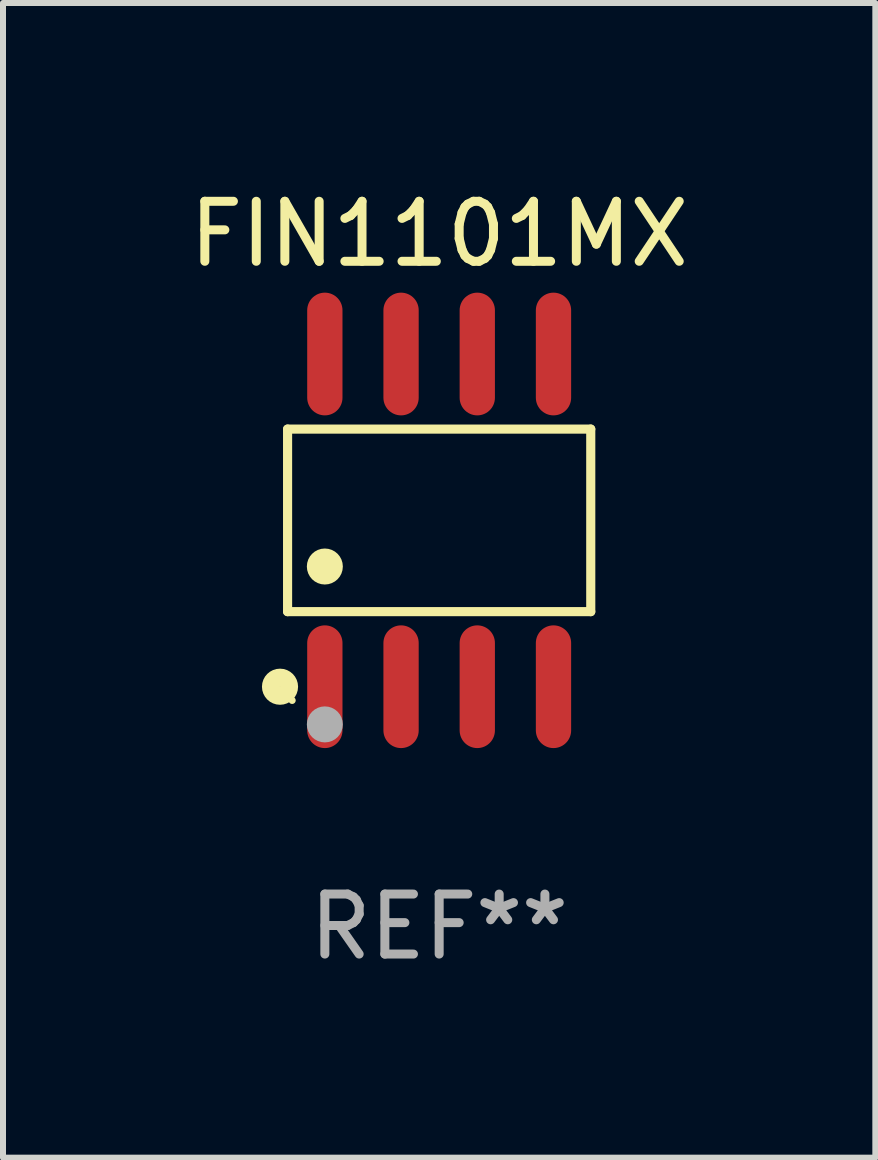
<source format=kicad_pcb>
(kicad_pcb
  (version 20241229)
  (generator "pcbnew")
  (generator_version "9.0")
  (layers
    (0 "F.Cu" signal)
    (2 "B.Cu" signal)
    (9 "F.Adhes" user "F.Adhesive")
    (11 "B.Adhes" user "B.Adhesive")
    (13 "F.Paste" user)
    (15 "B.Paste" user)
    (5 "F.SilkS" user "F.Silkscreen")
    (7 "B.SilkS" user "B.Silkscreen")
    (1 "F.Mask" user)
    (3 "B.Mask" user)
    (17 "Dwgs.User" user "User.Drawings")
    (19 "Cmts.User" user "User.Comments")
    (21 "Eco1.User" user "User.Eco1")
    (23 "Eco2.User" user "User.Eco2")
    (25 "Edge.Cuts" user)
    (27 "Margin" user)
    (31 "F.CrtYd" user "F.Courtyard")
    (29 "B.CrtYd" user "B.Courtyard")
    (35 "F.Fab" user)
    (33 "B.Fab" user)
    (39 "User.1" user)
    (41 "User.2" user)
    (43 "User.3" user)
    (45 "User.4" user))
  (footprint "FIN1101MX"
    (layer "F.Cu")
    (at 4.268 5.621)
    (property "Reference" "FIN1101MX" (at 0 -4.772 0) (layer "F.SilkS") (effects (font (size 1 1) (thickness 0.15))))
    (attr through_hole)
    (fp_line (start -2.526 -1.521) (end 2.526 -1.521) (stroke (width 0.152) (type solid)) (layer "F.SilkS"))
    (fp_line (start -2.526 1.521) (end -2.526 -1.521) (stroke (width 0.152) (type solid)) (layer "F.SilkS"))
    (fp_line (start 2.526 -1.521) (end 2.526 1.521) (stroke (width 0.152) (type solid)) (layer "F.SilkS"))
    (fp_line (start 2.526 1.521) (end -2.526 1.521) (stroke (width 0.152) (type solid)) (layer "F.SilkS"))
    (fp_circle (center -2.652 2.772) (end -2.501 2.772) (stroke (width 0.3) (type solid)) (fill no) (layer "F.SilkS"))
    (fp_circle (center -2.45 3) (end -2.42 3) (stroke (width 0.06) (type solid)) (fill no) (layer "F.SilkS"))
    (fp_circle (center -1.905 0.769) (end -1.755 0.769) (stroke (width 0.3) (type solid)) (fill no) (layer "F.SilkS"))
    (fp_circle (center -1.905 3.4) (end -1.755 3.4) (stroke (width 0.3) (type solid)) (fill no) (layer "F.Fab"))
    (fp_text user "REF**" (at 0 6.772 0) (layer "F.Fab") (effects (font (size 1 1) (thickness 0.15))))
    (pad "1" smd oval (at -1.905 2.772) (size 0.588 2.045) (layers "F.Cu" "F.Mask" "F.Paste"))
    (pad "2" smd oval (at -0.635 2.772) (size 0.588 2.045) (layers "F.Cu" "F.Mask" "F.Paste"))
    (pad "3" smd oval (at 0.635 2.772) (size 0.588 2.045) (layers "F.Cu" "F.Mask" "F.Paste"))
    (pad "4" smd oval (at 1.905 2.772) (size 0.588 2.045) (layers "F.Cu" "F.Mask" "F.Paste"))
    (pad "5" smd oval (at 1.905 -2.772) (size 0.588 2.045) (layers "F.Cu" "F.Mask" "F.Paste"))
    (pad "6" smd oval (at 0.635 -2.772) (size 0.588 2.045) (layers "F.Cu" "F.Mask" "F.Paste"))
    (pad "7" smd oval (at -0.635 -2.772) (size 0.588 2.045) (layers "F.Cu" "F.Mask" "F.Paste"))
    (pad "8" smd oval (at -1.905 -2.772) (size 0.588 2.045) (layers "F.Cu" "F.Mask" "F.Paste")))
  (gr_rect
    (start -3 -3)
    (end 11.536 16.241)
    (stroke (width 0.1) (type default))
    (fill no)
    (layer "Edge.Cuts")))
</source>
